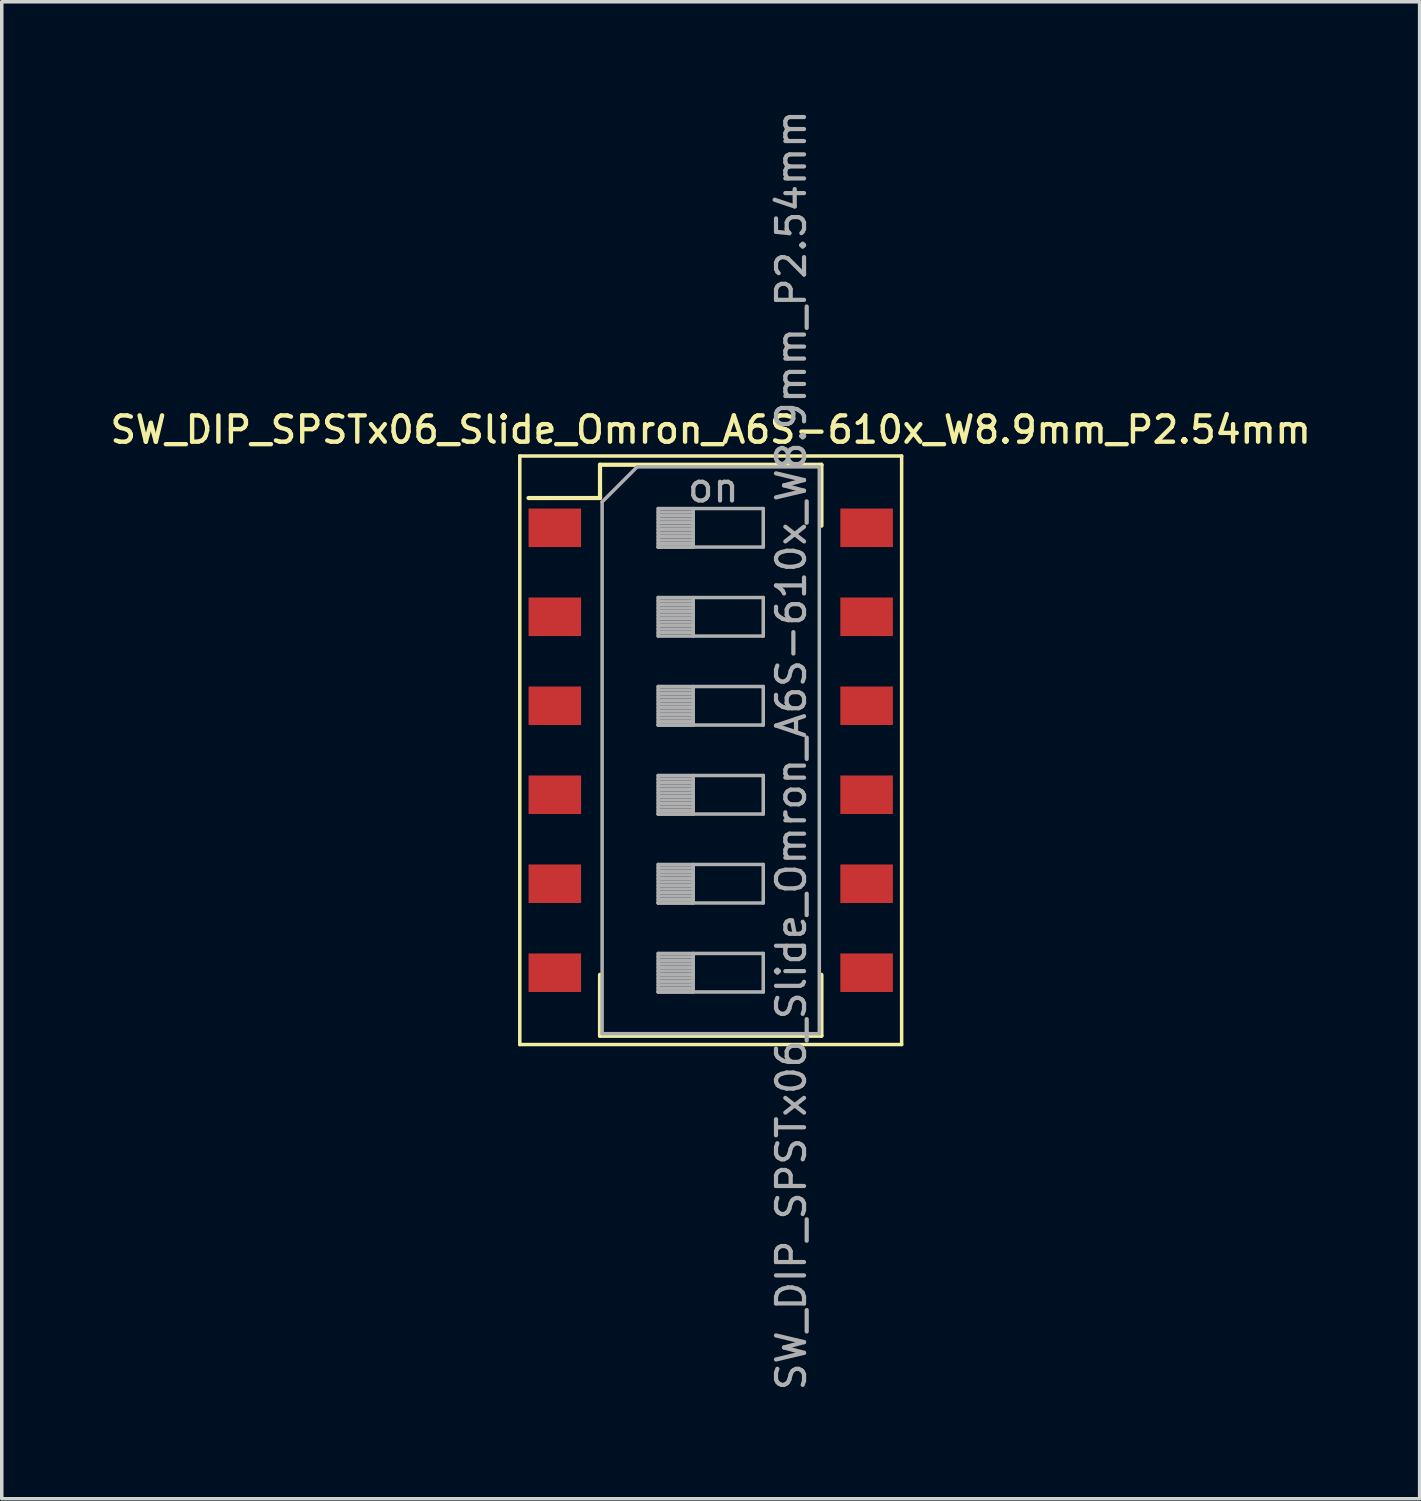
<source format=kicad_pcb>
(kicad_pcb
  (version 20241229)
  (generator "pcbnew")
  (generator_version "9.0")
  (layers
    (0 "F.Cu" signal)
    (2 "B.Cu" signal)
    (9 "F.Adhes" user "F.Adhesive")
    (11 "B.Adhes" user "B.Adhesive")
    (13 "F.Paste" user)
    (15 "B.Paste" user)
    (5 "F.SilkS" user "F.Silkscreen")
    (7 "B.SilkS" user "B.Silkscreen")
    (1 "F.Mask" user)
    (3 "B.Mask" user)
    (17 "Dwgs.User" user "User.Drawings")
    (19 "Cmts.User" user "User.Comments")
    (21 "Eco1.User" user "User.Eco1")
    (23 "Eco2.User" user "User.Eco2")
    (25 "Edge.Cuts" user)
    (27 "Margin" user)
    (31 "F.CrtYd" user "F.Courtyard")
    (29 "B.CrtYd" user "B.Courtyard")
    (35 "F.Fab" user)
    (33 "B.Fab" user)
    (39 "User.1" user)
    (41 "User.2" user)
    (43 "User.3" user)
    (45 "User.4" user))
  (footprint "SW_DIP_SPSTx06_Slide_Omron_A6S-610x_W8.9mm_P2.54mm"
    (layer "F.Cu")
    (at 17.238 18.367)
    (property "Reference" "SW_DIP_SPSTx06_Slide_Omron_A6S-610x_W8.9mm_P2.54mm" (at 0 -9.15 0) (layer "F.SilkS") (effects (font (size 0.75 0.75) (thickness 0.125))))
    (attr smd)
    (fp_line (start -5.45 -8.4) (end -5.45 8.4) (stroke (width 0.1) (type solid)) (layer "F.SilkS"))
    (fp_line (start -5.45 8.4) (end 5.45 8.4) (stroke (width 0.1) (type solid)) (layer "F.SilkS"))
    (fp_line (start -5.2 -7.201) (end -3.16 -7.201) (stroke (width 0.12) (type solid)) (layer "F.SilkS"))
    (fp_line (start -3.16 -8.15) (end -3.16 -7.201) (stroke (width 0.12) (type solid)) (layer "F.SilkS"))
    (fp_line (start -3.16 -8.15) (end 3.16 -8.15) (stroke (width 0.12) (type solid)) (layer "F.SilkS"))
    (fp_line (start -3.16 6.41) (end -3.16 8.15) (stroke (width 0.12) (type solid)) (layer "F.SilkS"))
    (fp_line (start -3.16 8.15) (end 3.16 8.15) (stroke (width 0.12) (type solid)) (layer "F.SilkS"))
    (fp_line (start 3.16 -8.15) (end 3.16 -6.411) (stroke (width 0.12) (type solid)) (layer "F.SilkS"))
    (fp_line (start 3.16 6.41) (end 3.16 8.15) (stroke (width 0.12) (type solid)) (layer "F.SilkS"))
    (fp_line (start 5.45 -8.4) (end -5.45 -8.4) (stroke (width 0.1) (type solid)) (layer "F.SilkS"))
    (fp_line (start 5.45 8.4) (end 5.45 -8.4) (stroke (width 0.1) (type solid)) (layer "F.SilkS"))
    (fp_line (start -3.1 -7.09) (end -2.1 -8.09) (stroke (width 0.1) (type solid)) (layer "F.Fab"))
    (fp_line (start -3.1 8.09) (end -3.1 -7.09) (stroke (width 0.1) (type solid)) (layer "F.Fab"))
    (fp_line (start -2.1 -8.09) (end 3.1 -8.09) (stroke (width 0.1) (type solid)) (layer "F.Fab"))
    (fp_line (start -1.5 -6.9) (end -1.5 -5.8) (stroke (width 0.1) (type solid)) (layer "F.Fab"))
    (fp_line (start -1.5 -6.8) (end -0.5 -6.8) (stroke (width 0.1) (type solid)) (layer "F.Fab"))
    (fp_line (start -1.5 -6.7) (end -0.5 -6.7) (stroke (width 0.1) (type solid)) (layer "F.Fab"))
    (fp_line (start -1.5 -6.6) (end -0.5 -6.6) (stroke (width 0.1) (type solid)) (layer "F.Fab"))
    (fp_line (start -1.5 -6.5) (end -0.5 -6.5) (stroke (width 0.1) (type solid)) (layer "F.Fab"))
    (fp_line (start -1.5 -6.4) (end -0.5 -6.4) (stroke (width 0.1) (type solid)) (layer "F.Fab"))
    (fp_line (start -1.5 -6.3) (end -0.5 -6.3) (stroke (width 0.1) (type solid)) (layer "F.Fab"))
    (fp_line (start -1.5 -6.2) (end -0.5 -6.2) (stroke (width 0.1) (type solid)) (layer "F.Fab"))
    (fp_line (start -1.5 -6.1) (end -0.5 -6.1) (stroke (width 0.1) (type solid)) (layer "F.Fab"))
    (fp_line (start -1.5 -6) (end -0.5 -6) (stroke (width 0.1) (type solid)) (layer "F.Fab"))
    (fp_line (start -1.5 -5.9) (end -0.5 -5.9) (stroke (width 0.1) (type solid)) (layer "F.Fab"))
    (fp_line (start -1.5 -5.8) (end -0.5 -5.8) (stroke (width 0.1) (type solid)) (layer "F.Fab"))
    (fp_line (start -1.5 -5.8) (end 1.5 -5.8) (stroke (width 0.1) (type solid)) (layer "F.Fab"))
    (fp_line (start -1.5 -4.36) (end -1.5 -3.26) (stroke (width 0.1) (type solid)) (layer "F.Fab"))
    (fp_line (start -1.5 -4.26) (end -0.5 -4.26) (stroke (width 0.1) (type solid)) (layer "F.Fab"))
    (fp_line (start -1.5 -4.16) (end -0.5 -4.16) (stroke (width 0.1) (type solid)) (layer "F.Fab"))
    (fp_line (start -1.5 -4.06) (end -0.5 -4.06) (stroke (width 0.1) (type solid)) (layer "F.Fab"))
    (fp_line (start -1.5 -3.96) (end -0.5 -3.96) (stroke (width 0.1) (type solid)) (layer "F.Fab"))
    (fp_line (start -1.5 -3.86) (end -0.5 -3.86) (stroke (width 0.1) (type solid)) (layer "F.Fab"))
    (fp_line (start -1.5 -3.76) (end -0.5 -3.76) (stroke (width 0.1) (type solid)) (layer "F.Fab"))
    (fp_line (start -1.5 -3.66) (end -0.5 -3.66) (stroke (width 0.1) (type solid)) (layer "F.Fab"))
    (fp_line (start -1.5 -3.56) (end -0.5 -3.56) (stroke (width 0.1) (type solid)) (layer "F.Fab"))
    (fp_line (start -1.5 -3.46) (end -0.5 -3.46) (stroke (width 0.1) (type solid)) (layer "F.Fab"))
    (fp_line (start -1.5 -3.36) (end -0.5 -3.36) (stroke (width 0.1) (type solid)) (layer "F.Fab"))
    (fp_line (start -1.5 -3.26) (end 1.5 -3.26) (stroke (width 0.1) (type solid)) (layer "F.Fab"))
    (fp_line (start -1.5 -1.82) (end -1.5 -0.72) (stroke (width 0.1) (type solid)) (layer "F.Fab"))
    (fp_line (start -1.5 -1.72) (end -0.5 -1.72) (stroke (width 0.1) (type solid)) (layer "F.Fab"))
    (fp_line (start -1.5 -1.62) (end -0.5 -1.62) (stroke (width 0.1) (type solid)) (layer "F.Fab"))
    (fp_line (start -1.5 -1.52) (end -0.5 -1.52) (stroke (width 0.1) (type solid)) (layer "F.Fab"))
    (fp_line (start -1.5 -1.42) (end -0.5 -1.42) (stroke (width 0.1) (type solid)) (layer "F.Fab"))
    (fp_line (start -1.5 -1.32) (end -0.5 -1.32) (stroke (width 0.1) (type solid)) (layer "F.Fab"))
    (fp_line (start -1.5 -1.22) (end -0.5 -1.22) (stroke (width 0.1) (type solid)) (layer "F.Fab"))
    (fp_line (start -1.5 -1.12) (end -0.5 -1.12) (stroke (width 0.1) (type solid)) (layer "F.Fab"))
    (fp_line (start -1.5 -1.02) (end -0.5 -1.02) (stroke (width 0.1) (type solid)) (layer "F.Fab"))
    (fp_line (start -1.5 -0.92) (end -0.5 -0.92) (stroke (width 0.1) (type solid)) (layer "F.Fab"))
    (fp_line (start -1.5 -0.82) (end -0.5 -0.82) (stroke (width 0.1) (type solid)) (layer "F.Fab"))
    (fp_line (start -1.5 -0.72) (end -0.5 -0.72) (stroke (width 0.1) (type solid)) (layer "F.Fab"))
    (fp_line (start -1.5 -0.72) (end 1.5 -0.72) (stroke (width 0.1) (type solid)) (layer "F.Fab"))
    (fp_line (start -1.5 0.72) (end -1.5 1.82) (stroke (width 0.1) (type solid)) (layer "F.Fab"))
    (fp_line (start -1.5 0.82) (end -0.5 0.82) (stroke (width 0.1) (type solid)) (layer "F.Fab"))
    (fp_line (start -1.5 0.92) (end -0.5 0.92) (stroke (width 0.1) (type solid)) (layer "F.Fab"))
    (fp_line (start -1.5 1.02) (end -0.5 1.02) (stroke (width 0.1) (type solid)) (layer "F.Fab"))
    (fp_line (start -1.5 1.12) (end -0.5 1.12) (stroke (width 0.1) (type solid)) (layer "F.Fab"))
    (fp_line (start -1.5 1.22) (end -0.5 1.22) (stroke (width 0.1) (type solid)) (layer "F.Fab"))
    (fp_line (start -1.5 1.32) (end -0.5 1.32) (stroke (width 0.1) (type solid)) (layer "F.Fab"))
    (fp_line (start -1.5 1.42) (end -0.5 1.42) (stroke (width 0.1) (type solid)) (layer "F.Fab"))
    (fp_line (start -1.5 1.52) (end -0.5 1.52) (stroke (width 0.1) (type solid)) (layer "F.Fab"))
    (fp_line (start -1.5 1.62) (end -0.5 1.62) (stroke (width 0.1) (type solid)) (layer "F.Fab"))
    (fp_line (start -1.5 1.72) (end -0.5 1.72) (stroke (width 0.1) (type solid)) (layer "F.Fab"))
    (fp_line (start -1.5 1.82) (end -0.5 1.82) (stroke (width 0.1) (type solid)) (layer "F.Fab"))
    (fp_line (start -1.5 1.82) (end 1.5 1.82) (stroke (width 0.1) (type solid)) (layer "F.Fab"))
    (fp_line (start -1.5 3.26) (end -1.5 4.36) (stroke (width 0.1) (type solid)) (layer "F.Fab"))
    (fp_line (start -1.5 3.36) (end -0.5 3.36) (stroke (width 0.1) (type solid)) (layer "F.Fab"))
    (fp_line (start -1.5 3.46) (end -0.5 3.46) (stroke (width 0.1) (type solid)) (layer "F.Fab"))
    (fp_line (start -1.5 3.56) (end -0.5 3.56) (stroke (width 0.1) (type solid)) (layer "F.Fab"))
    (fp_line (start -1.5 3.66) (end -0.5 3.66) (stroke (width 0.1) (type solid)) (layer "F.Fab"))
    (fp_line (start -1.5 3.76) (end -0.5 3.76) (stroke (width 0.1) (type solid)) (layer "F.Fab"))
    (fp_line (start -1.5 3.86) (end -0.5 3.86) (stroke (width 0.1) (type solid)) (layer "F.Fab"))
    (fp_line (start -1.5 3.96) (end -0.5 3.96) (stroke (width 0.1) (type solid)) (layer "F.Fab"))
    (fp_line (start -1.5 4.06) (end -0.5 4.06) (stroke (width 0.1) (type solid)) (layer "F.Fab"))
    (fp_line (start -1.5 4.16) (end -0.5 4.16) (stroke (width 0.1) (type solid)) (layer "F.Fab"))
    (fp_line (start -1.5 4.26) (end -0.5 4.26) (stroke (width 0.1) (type solid)) (layer "F.Fab"))
    (fp_line (start -1.5 4.36) (end -0.5 4.36) (stroke (width 0.1) (type solid)) (layer "F.Fab"))
    (fp_line (start -1.5 4.36) (end 1.5 4.36) (stroke (width 0.1) (type solid)) (layer "F.Fab"))
    (fp_line (start -1.5 5.8) (end -1.5 6.9) (stroke (width 0.1) (type solid)) (layer "F.Fab"))
    (fp_line (start -1.5 5.9) (end -0.5 5.9) (stroke (width 0.1) (type solid)) (layer "F.Fab"))
    (fp_line (start -1.5 6) (end -0.5 6) (stroke (width 0.1) (type solid)) (layer "F.Fab"))
    (fp_line (start -1.5 6.1) (end -0.5 6.1) (stroke (width 0.1) (type solid)) (layer "F.Fab"))
    (fp_line (start -1.5 6.2) (end -0.5 6.2) (stroke (width 0.1) (type solid)) (layer "F.Fab"))
    (fp_line (start -1.5 6.3) (end -0.5 6.3) (stroke (width 0.1) (type solid)) (layer "F.Fab"))
    (fp_line (start -1.5 6.4) (end -0.5 6.4) (stroke (width 0.1) (type solid)) (layer "F.Fab"))
    (fp_line (start -1.5 6.5) (end -0.5 6.5) (stroke (width 0.1) (type solid)) (layer "F.Fab"))
    (fp_line (start -1.5 6.6) (end -0.5 6.6) (stroke (width 0.1) (type solid)) (layer "F.Fab"))
    (fp_line (start -1.5 6.7) (end -0.5 6.7) (stroke (width 0.1) (type solid)) (layer "F.Fab"))
    (fp_line (start -1.5 6.8) (end -0.5 6.8) (stroke (width 0.1) (type solid)) (layer "F.Fab"))
    (fp_line (start -1.5 6.9) (end -0.5 6.9) (stroke (width 0.1) (type solid)) (layer "F.Fab"))
    (fp_line (start -1.5 6.9) (end 1.5 6.9) (stroke (width 0.1) (type solid)) (layer "F.Fab"))
    (fp_line (start -0.5 -6.9) (end -0.5 -5.8) (stroke (width 0.1) (type solid)) (layer "F.Fab"))
    (fp_line (start -0.5 -4.36) (end -0.5 -3.26) (stroke (width 0.1) (type solid)) (layer "F.Fab"))
    (fp_line (start -0.5 -1.82) (end -0.5 -0.72) (stroke (width 0.1) (type solid)) (layer "F.Fab"))
    (fp_line (start -0.5 0.72) (end -0.5 1.82) (stroke (width 0.1) (type solid)) (layer "F.Fab"))
    (fp_line (start -0.5 3.26) (end -0.5 4.36) (stroke (width 0.1) (type solid)) (layer "F.Fab"))
    (fp_line (start -0.5 5.8) (end -0.5 6.9) (stroke (width 0.1) (type solid)) (layer "F.Fab"))
    (fp_line (start 1.5 -6.9) (end -1.5 -6.9) (stroke (width 0.1) (type solid)) (layer "F.Fab"))
    (fp_line (start 1.5 -5.8) (end 1.5 -6.9) (stroke (width 0.1) (type solid)) (layer "F.Fab"))
    (fp_line (start 1.5 -4.36) (end -1.5 -4.36) (stroke (width 0.1) (type solid)) (layer "F.Fab"))
    (fp_line (start 1.5 -3.26) (end 1.5 -4.36) (stroke (width 0.1) (type solid)) (layer "F.Fab"))
    (fp_line (start 1.5 -1.82) (end -1.5 -1.82) (stroke (width 0.1) (type solid)) (layer "F.Fab"))
    (fp_line (start 1.5 -0.72) (end 1.5 -1.82) (stroke (width 0.1) (type solid)) (layer "F.Fab"))
    (fp_line (start 1.5 0.72) (end -1.5 0.72) (stroke (width 0.1) (type solid)) (layer "F.Fab"))
    (fp_line (start 1.5 1.82) (end 1.5 0.72) (stroke (width 0.1) (type solid)) (layer "F.Fab"))
    (fp_line (start 1.5 3.26) (end -1.5 3.26) (stroke (width 0.1) (type solid)) (layer "F.Fab"))
    (fp_line (start 1.5 4.36) (end 1.5 3.26) (stroke (width 0.1) (type solid)) (layer "F.Fab"))
    (fp_line (start 1.5 5.8) (end -1.5 5.8) (stroke (width 0.1) (type solid)) (layer "F.Fab"))
    (fp_line (start 1.5 6.9) (end 1.5 5.8) (stroke (width 0.1) (type solid)) (layer "F.Fab"))
    (fp_line (start 3.1 -8.09) (end 3.1 8.09) (stroke (width 0.1) (type solid)) (layer "F.Fab"))
    (fp_line (start 3.1 8.09) (end -3.1 8.09) (stroke (width 0.1) (type solid)) (layer "F.Fab"))
    (fp_text user "${REFERENCE}" (at 2.3 0 90) (layer "F.Fab") (effects (font (size 0.8 0.8) (thickness 0.12))))
    (fp_text user "on" (at 0.075 -7.495 0) (layer "F.Fab") (effects (font (size 0.8 0.8) (thickness 0.12))))
    (pad "1" smd rect (at -4.45 -6.35) (size 1.5 1.1) (layers "F.Cu" "F.Mask" "F.Paste"))
    (pad "2" smd rect (at -4.45 -3.81) (size 1.5 1.1) (layers "F.Cu" "F.Mask" "F.Paste"))
    (pad "3" smd rect (at -4.45 -1.27) (size 1.5 1.1) (layers "F.Cu" "F.Mask" "F.Paste"))
    (pad "4" smd rect (at -4.45 1.27) (size 1.5 1.1) (layers "F.Cu" "F.Mask" "F.Paste"))
    (pad "5" smd rect (at -4.45 3.81) (size 1.5 1.1) (layers "F.Cu" "F.Mask" "F.Paste"))
    (pad "6" smd rect (at -4.45 6.35) (size 1.5 1.1) (layers "F.Cu" "F.Mask" "F.Paste"))
    (pad "7" smd rect (at 4.45 6.35) (size 1.5 1.1) (layers "F.Cu" "F.Mask" "F.Paste"))
    (pad "8" smd rect (at 4.45 3.81) (size 1.5 1.1) (layers "F.Cu" "F.Mask" "F.Paste"))
    (pad "9" smd rect (at 4.45 1.27) (size 1.5 1.1) (layers "F.Cu" "F.Mask" "F.Paste"))
    (pad "10" smd rect (at 4.45 -1.27) (size 1.5 1.1) (layers "F.Cu" "F.Mask" "F.Paste"))
    (pad "11" smd rect (at 4.45 -3.81) (size 1.5 1.1) (layers "F.Cu" "F.Mask" "F.Paste"))
    (pad "12" smd rect (at 4.45 -6.35) (size 1.5 1.1) (layers "F.Cu" "F.Mask" "F.Paste")))
  (gr_rect
    (start -3 -3)
    (end 37.475 39.733)
    (stroke (width 0.1) (type default))
    (fill no)
    (layer "Edge.Cuts")))
</source>
